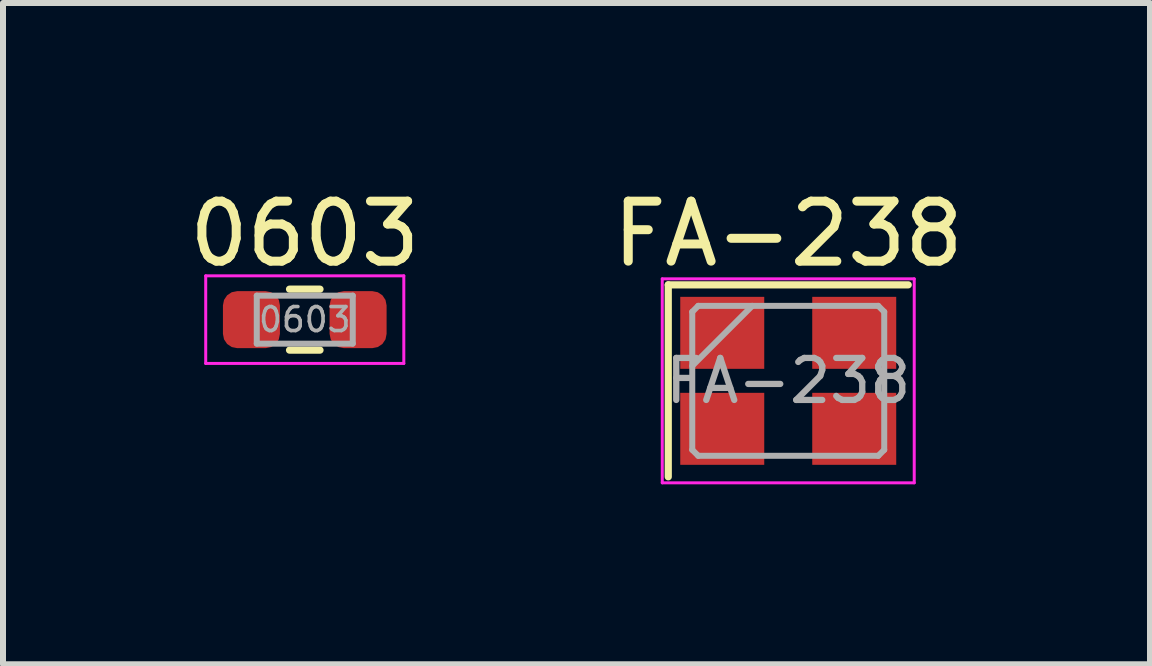
<source format=kicad_pcb>
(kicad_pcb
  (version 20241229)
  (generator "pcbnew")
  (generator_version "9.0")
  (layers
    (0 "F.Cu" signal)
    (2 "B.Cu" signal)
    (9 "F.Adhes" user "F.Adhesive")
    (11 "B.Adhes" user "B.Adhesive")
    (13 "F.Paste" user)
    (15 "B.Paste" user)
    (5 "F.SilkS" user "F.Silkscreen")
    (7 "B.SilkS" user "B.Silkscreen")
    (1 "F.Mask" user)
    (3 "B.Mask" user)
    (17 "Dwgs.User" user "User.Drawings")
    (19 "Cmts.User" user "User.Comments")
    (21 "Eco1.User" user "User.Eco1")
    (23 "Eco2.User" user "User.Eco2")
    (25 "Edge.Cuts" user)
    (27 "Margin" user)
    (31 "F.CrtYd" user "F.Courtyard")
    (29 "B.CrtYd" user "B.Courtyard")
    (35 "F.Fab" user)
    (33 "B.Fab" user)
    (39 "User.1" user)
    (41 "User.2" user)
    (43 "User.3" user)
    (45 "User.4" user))
  (footprint "FA-238"
    (layer "F.Cu")
    (at 10.089 3.298)
    (property "Reference" "FA-238" (at 0 -2.45 0) (layer "F.SilkS") (effects (font (size 1 1) (thickness 0.15))))
    (attr smd)
    (fp_line (start -2 -1.6) (end 2 -1.6) (stroke (width 0.12) (type solid)) (layer "F.SilkS"))
    (fp_line (start -2 1.6) (end -2 -1.6) (stroke (width 0.12) (type solid)) (layer "F.SilkS"))
    (fp_line (start -2.1 -1.7) (end 2.1 -1.7) (stroke (width 0.05) (type solid)) (layer "F.CrtYd"))
    (fp_line (start -2.1 1.7) (end -2.1 -1.7) (stroke (width 0.05) (type solid)) (layer "F.CrtYd"))
    (fp_line (start 2.1 -1.7) (end 2.1 1.7) (stroke (width 0.05) (type solid)) (layer "F.CrtYd"))
    (fp_line (start 2.1 1.7) (end -2.1 1.7) (stroke (width 0.05) (type solid)) (layer "F.CrtYd"))
    (fp_line (start -1.6 -1.15) (end -1.6 1.15) (stroke (width 0.1) (type solid)) (layer "F.Fab"))
    (fp_line (start -1.6 -0.25) (end -0.6 -1.25) (stroke (width 0.1) (type solid)) (layer "F.Fab"))
    (fp_line (start -1.6 1.15) (end -1.5 1.25) (stroke (width 0.1) (type solid)) (layer "F.Fab"))
    (fp_line (start -1.5 -1.25) (end -1.6 -1.15) (stroke (width 0.1) (type solid)) (layer "F.Fab"))
    (fp_line (start -1.5 1.25) (end 1.5 1.25) (stroke (width 0.1) (type solid)) (layer "F.Fab"))
    (fp_line (start 1.5 -1.25) (end -1.5 -1.25) (stroke (width 0.1) (type solid)) (layer "F.Fab"))
    (fp_line (start 1.5 1.25) (end 1.6 1.15) (stroke (width 0.1) (type solid)) (layer "F.Fab"))
    (fp_line (start 1.6 -1.15) (end 1.5 -1.25) (stroke (width 0.1) (type solid)) (layer "F.Fab"))
    (fp_line (start 1.6 1.15) (end 1.6 -1.15) (stroke (width 0.1) (type solid)) (layer "F.Fab"))
    (fp_text user "${REFERENCE}" (at 0 0 180) (layer "F.Fab") (effects (font (size 0.7 0.7) (thickness 0.105))))
    (pad "1" smd rect (at -1.1 -0.8 180) (size 1.4 1.2) (layers "F.Cu" "F.Mask" "F.Paste"))
    (pad "2" smd rect (at 1.1 -0.8 180) (size 1.4 1.2) (layers "F.Cu" "F.Mask" "F.Paste"))
    (pad "3" smd rect (at 1.1 0.8 180) (size 1.4 1.2) (layers "F.Cu" "F.Mask" "F.Paste"))
    (pad "4" smd rect (at -1.1 0.8 180) (size 1.4 1.2) (layers "F.Cu" "F.Mask" "F.Paste")))
  (footprint "0603"
    (layer "F.Cu")
    (at 2.03 2.278)
    (property "Reference" "0603" (at 0 -1.43 0) (layer "F.SilkS") (effects (font (size 1 1) (thickness 0.15))))
    (attr smd)
    (fp_line (start -0.254 -0.508) (end 0.254 -0.508) (stroke (width 0.12) (type solid)) (layer "F.SilkS"))
    (fp_line (start -0.254 0.508) (end 0.254 0.508) (stroke (width 0.12) (type solid)) (layer "F.SilkS"))
    (fp_line (start -1.651 -0.73) (end 1.651 -0.73) (stroke (width 0.05) (type solid)) (layer "F.CrtYd"))
    (fp_line (start -1.651 0.73) (end -1.651 -0.73) (stroke (width 0.05) (type solid)) (layer "F.CrtYd"))
    (fp_line (start 1.651 -0.73) (end 1.651 0.73) (stroke (width 0.05) (type solid)) (layer "F.CrtYd"))
    (fp_line (start 1.651 0.73) (end -1.651 0.73) (stroke (width 0.05) (type solid)) (layer "F.CrtYd"))
    (fp_line (start -0.8 -0.4) (end 0.8 -0.4) (stroke (width 0.1) (type solid)) (layer "F.Fab"))
    (fp_line (start -0.8 0.4) (end -0.8 -0.4) (stroke (width 0.1) (type solid)) (layer "F.Fab"))
    (fp_line (start 0.8 -0.4) (end 0.8 0.4) (stroke (width 0.1) (type solid)) (layer "F.Fab"))
    (fp_line (start 0.8 0.4) (end -0.8 0.4) (stroke (width 0.1) (type solid)) (layer "F.Fab"))
    (fp_text user "${REFERENCE}" (at 0 0 0) (layer "F.Fab") (effects (font (size 0.4 0.4) (thickness 0.06))))
    (pad "1" smd roundrect (at -0.889 0) (size 0.95 0.95) (layers "F.Cu" "F.Mask" "F.Paste") (roundrect_rratio 0.25))
    (pad "2" smd roundrect (at 0.889 0) (size 0.95 0.95) (layers "F.Cu" "F.Mask" "F.Paste") (roundrect_rratio 0.25)))
  (gr_rect
    (start -3 -3)
    (end 16.119 8.023)
    (stroke (width 0.1) (type default))
    (fill no)
    (layer "Edge.Cuts")))
</source>
